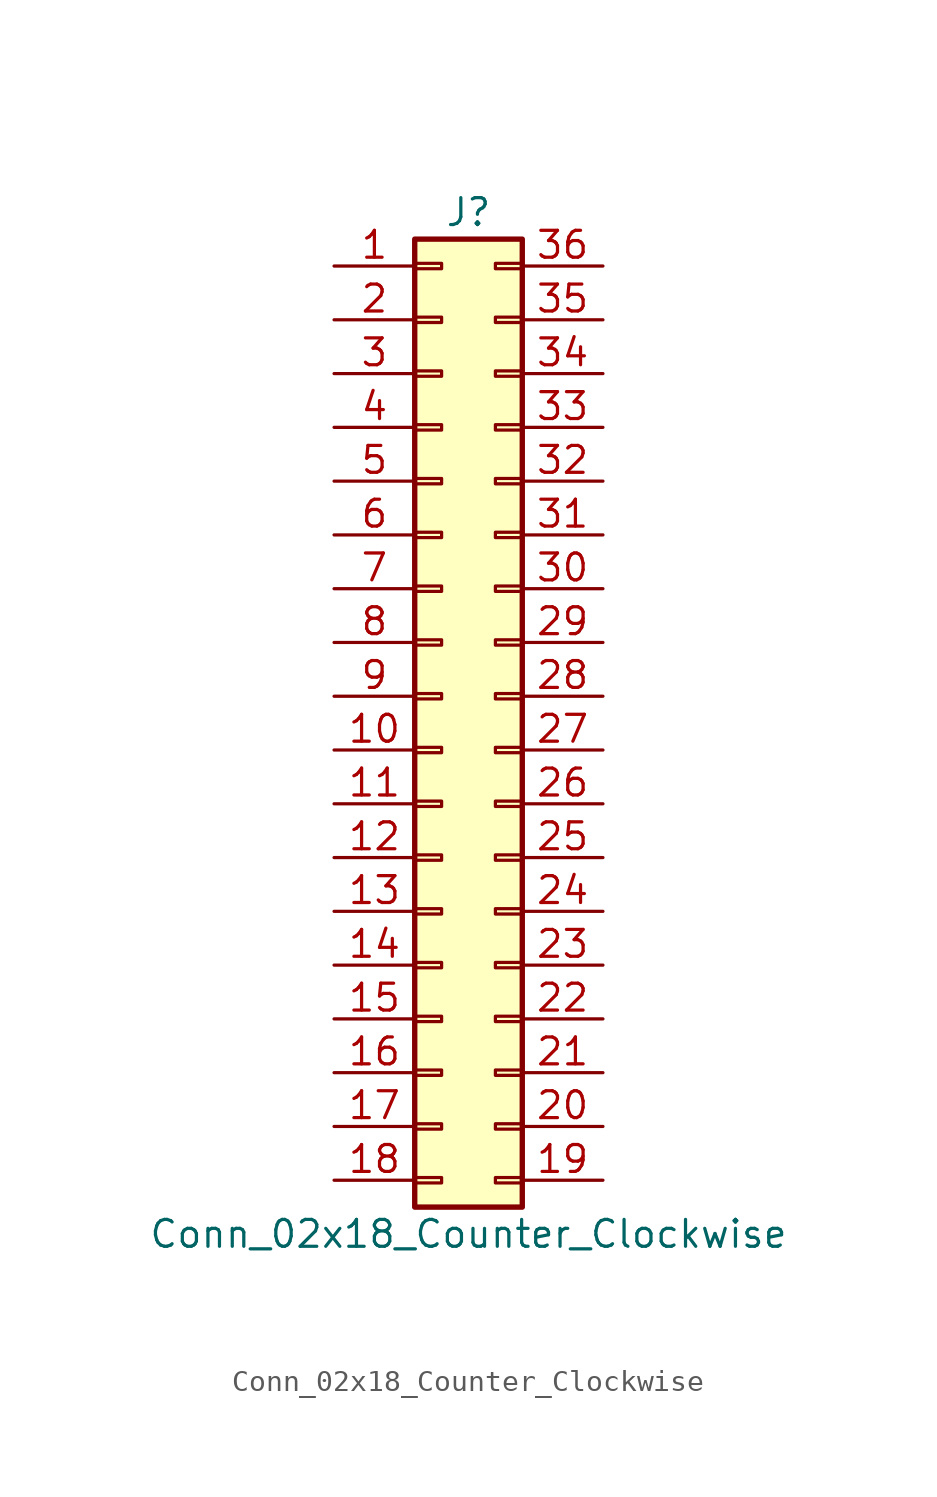
<source format=kicad_sym>
(kicad_symbol_lib
  (version 20220914)
  (generator kicad_symbol_editor)
  (symbol "Conn_02x18_Counter_Clockwise"
    (pin_names
      (offset 1.016) hide)
    (property "Reference" "J"
      (at 1.27 22.86 0)
      (effects (font (size 1.27 1.27))))
    (property "Value" "Conn_02x18_Counter_Clockwise"
      (at 1.27 -25.4 0)
      (effects (font (size 1.27 1.27))))
    (symbol "Conn_02x18_Counter_Clockwise_1_1"
      (rectangle (start -1.27 -22.733) (end 0 -22.987) (stroke (width 0.152) (type default)) (fill (type none)))
      (rectangle (start -1.27 -20.193) (end 0 -20.447) (stroke (width 0.152) (type default)) (fill (type none)))
      (rectangle (start -1.27 -17.653) (end 0 -17.907) (stroke (width 0.152) (type default)) (fill (type none)))
      (rectangle (start -1.27 -15.113) (end 0 -15.367) (stroke (width 0.152) (type default)) (fill (type none)))
      (rectangle (start -1.27 -12.573) (end 0 -12.827) (stroke (width 0.152) (type default)) (fill (type none)))
      (rectangle (start -1.27 -10.033) (end 0 -10.287) (stroke (width 0.152) (type default)) (fill (type none)))
      (rectangle (start -1.27 -7.493) (end 0 -7.747) (stroke (width 0.152) (type default)) (fill (type none)))
      (rectangle (start -1.27 -4.953) (end 0 -5.207) (stroke (width 0.152) (type default)) (fill (type none)))
      (rectangle (start -1.27 -2.413) (end 0 -2.667) (stroke (width 0.152) (type default)) (fill (type none)))
      (rectangle (start -1.27 0.127) (end 0 -0.127) (stroke (width 0.152) (type default)) (fill (type none)))
      (rectangle (start -1.27 2.667) (end 0 2.413) (stroke (width 0.152) (type default)) (fill (type none)))
      (rectangle (start -1.27 5.207) (end 0 4.953) (stroke (width 0.152) (type default)) (fill (type none)))
      (rectangle (start -1.27 7.747) (end 0 7.493) (stroke (width 0.152) (type default)) (fill (type none)))
      (rectangle (start -1.27 10.287) (end 0 10.033) (stroke (width 0.152) (type default)) (fill (type none)))
      (rectangle (start -1.27 12.827) (end 0 12.573) (stroke (width 0.152) (type default)) (fill (type none)))
      (rectangle (start -1.27 15.367) (end 0 15.113) (stroke (width 0.152) (type default)) (fill (type none)))
      (rectangle (start -1.27 17.907) (end 0 17.653) (stroke (width 0.152) (type default)) (fill (type none)))
      (rectangle (start -1.27 20.447) (end 0 20.193) (stroke (width 0.152) (type default)) (fill (type none)))
      (rectangle (start -1.27 21.59) (end 3.81 -24.13) (stroke (width 0.254) (type default)) (fill (type background)))
      (rectangle (start 3.81 -22.733) (end 2.54 -22.987) (stroke (width 0.152) (type default)) (fill (type none)))
      (rectangle (start 3.81 -20.193) (end 2.54 -20.447) (stroke (width 0.152) (type default)) (fill (type none)))
      (rectangle (start 3.81 -17.653) (end 2.54 -17.907) (stroke (width 0.152) (type default)) (fill (type none)))
      (rectangle (start 3.81 -15.113) (end 2.54 -15.367) (stroke (width 0.152) (type default)) (fill (type none)))
      (rectangle (start 3.81 -12.573) (end 2.54 -12.827) (stroke (width 0.152) (type default)) (fill (type none)))
      (rectangle (start 3.81 -10.033) (end 2.54 -10.287) (stroke (width 0.152) (type default)) (fill (type none)))
      (rectangle (start 3.81 -7.493) (end 2.54 -7.747) (stroke (width 0.152) (type default)) (fill (type none)))
      (rectangle (start 3.81 -4.953) (end 2.54 -5.207) (stroke (width 0.152) (type default)) (fill (type none)))
      (rectangle (start 3.81 -2.413) (end 2.54 -2.667) (stroke (width 0.152) (type default)) (fill (type none)))
      (rectangle (start 3.81 0.127) (end 2.54 -0.127) (stroke (width 0.152) (type default)) (fill (type none)))
      (rectangle (start 3.81 2.667) (end 2.54 2.413) (stroke (width 0.152) (type default)) (fill (type none)))
      (rectangle (start 3.81 5.207) (end 2.54 4.953) (stroke (width 0.152) (type default)) (fill (type none)))
      (rectangle (start 3.81 7.747) (end 2.54 7.493) (stroke (width 0.152) (type default)) (fill (type none)))
      (rectangle (start 3.81 10.287) (end 2.54 10.033) (stroke (width 0.152) (type default)) (fill (type none)))
      (rectangle (start 3.81 12.827) (end 2.54 12.573) (stroke (width 0.152) (type default)) (fill (type none)))
      (rectangle (start 3.81 15.367) (end 2.54 15.113) (stroke (width 0.152) (type default)) (fill (type none)))
      (rectangle (start 3.81 17.907) (end 2.54 17.653) (stroke (width 0.152) (type default)) (fill (type none)))
      (rectangle (start 3.81 20.447) (end 2.54 20.193) (stroke (width 0.152) (type default)) (fill (type none)))
      (pin passive line (at -5.08 20.32 0) (length 3.81) (name "Pin_1" (effects (font (size 1.27 1.27)))) (number "1" (effects (font (size 1.27 1.27)))))
      (pin passive line (at -5.08 -2.54 0) (length 3.81) (name "Pin_10" (effects (font (size 1.27 1.27)))) (number "10" (effects (font (size 1.27 1.27)))))
      (pin passive line (at -5.08 -5.08 0) (length 3.81) (name "Pin_11" (effects (font (size 1.27 1.27)))) (number "11" (effects (font (size 1.27 1.27)))))
      (pin passive line (at -5.08 -7.62 0) (length 3.81) (name "Pin_12" (effects (font (size 1.27 1.27)))) (number "12" (effects (font (size 1.27 1.27)))))
      (pin passive line (at -5.08 -10.16 0) (length 3.81) (name "Pin_13" (effects (font (size 1.27 1.27)))) (number "13" (effects (font (size 1.27 1.27)))))
      (pin passive line (at -5.08 -12.7 0) (length 3.81) (name "Pin_14" (effects (font (size 1.27 1.27)))) (number "14" (effects (font (size 1.27 1.27)))))
      (pin passive line (at -5.08 -15.24 0) (length 3.81) (name "Pin_15" (effects (font (size 1.27 1.27)))) (number "15" (effects (font (size 1.27 1.27)))))
      (pin passive line (at -5.08 -17.78 0) (length 3.81) (name "Pin_16" (effects (font (size 1.27 1.27)))) (number "16" (effects (font (size 1.27 1.27)))))
      (pin passive line (at -5.08 -20.32 0) (length 3.81) (name "Pin_17" (effects (font (size 1.27 1.27)))) (number "17" (effects (font (size 1.27 1.27)))))
      (pin passive line (at -5.08 -22.86 0) (length 3.81) (name "Pin_18" (effects (font (size 1.27 1.27)))) (number "18" (effects (font (size 1.27 1.27)))))
      (pin passive line (at 7.62 -22.86 180) (length 3.81) (name "Pin_19" (effects (font (size 1.27 1.27)))) (number "19" (effects (font (size 1.27 1.27)))))
      (pin passive line (at -5.08 17.78 0) (length 3.81) (name "Pin_2" (effects (font (size 1.27 1.27)))) (number "2" (effects (font (size 1.27 1.27)))))
      (pin passive line (at 7.62 -20.32 180) (length 3.81) (name "Pin_20" (effects (font (size 1.27 1.27)))) (number "20" (effects (font (size 1.27 1.27)))))
      (pin passive line (at 7.62 -17.78 180) (length 3.81) (name "Pin_21" (effects (font (size 1.27 1.27)))) (number "21" (effects (font (size 1.27 1.27)))))
      (pin passive line (at 7.62 -15.24 180) (length 3.81) (name "Pin_22" (effects (font (size 1.27 1.27)))) (number "22" (effects (font (size 1.27 1.27)))))
      (pin passive line (at 7.62 -12.7 180) (length 3.81) (name "Pin_23" (effects (font (size 1.27 1.27)))) (number "23" (effects (font (size 1.27 1.27)))))
      (pin passive line (at 7.62 -10.16 180) (length 3.81) (name "Pin_24" (effects (font (size 1.27 1.27)))) (number "24" (effects (font (size 1.27 1.27)))))
      (pin passive line (at 7.62 -7.62 180) (length 3.81) (name "Pin_25" (effects (font (size 1.27 1.27)))) (number "25" (effects (font (size 1.27 1.27)))))
      (pin passive line (at 7.62 -5.08 180) (length 3.81) (name "Pin_26" (effects (font (size 1.27 1.27)))) (number "26" (effects (font (size 1.27 1.27)))))
      (pin passive line (at 7.62 -2.54 180) (length 3.81) (name "Pin_27" (effects (font (size 1.27 1.27)))) (number "27" (effects (font (size 1.27 1.27)))))
      (pin passive line (at 7.62 0 180) (length 3.81) (name "Pin_28" (effects (font (size 1.27 1.27)))) (number "28" (effects (font (size 1.27 1.27)))))
      (pin passive line (at 7.62 2.54 180) (length 3.81) (name "Pin_29" (effects (font (size 1.27 1.27)))) (number "29" (effects (font (size 1.27 1.27)))))
      (pin passive line (at -5.08 15.24 0) (length 3.81) (name "Pin_3" (effects (font (size 1.27 1.27)))) (number "3" (effects (font (size 1.27 1.27)))))
      (pin passive line (at 7.62 5.08 180) (length 3.81) (name "Pin_30" (effects (font (size 1.27 1.27)))) (number "30" (effects (font (size 1.27 1.27)))))
      (pin passive line (at 7.62 7.62 180) (length 3.81) (name "Pin_31" (effects (font (size 1.27 1.27)))) (number "31" (effects (font (size 1.27 1.27)))))
      (pin passive line (at 7.62 10.16 180) (length 3.81) (name "Pin_32" (effects (font (size 1.27 1.27)))) (number "32" (effects (font (size 1.27 1.27)))))
      (pin passive line (at 7.62 12.7 180) (length 3.81) (name "Pin_33" (effects (font (size 1.27 1.27)))) (number "33" (effects (font (size 1.27 1.27)))))
      (pin passive line (at 7.62 15.24 180) (length 3.81) (name "Pin_34" (effects (font (size 1.27 1.27)))) (number "34" (effects (font (size 1.27 1.27)))))
      (pin passive line (at 7.62 17.78 180) (length 3.81) (name "Pin_35" (effects (font (size 1.27 1.27)))) (number "35" (effects (font (size 1.27 1.27)))))
      (pin passive line (at 7.62 20.32 180) (length 3.81) (name "Pin_36" (effects (font (size 1.27 1.27)))) (number "36" (effects (font (size 1.27 1.27)))))
      (pin passive line (at -5.08 12.7 0) (length 3.81) (name "Pin_4" (effects (font (size 1.27 1.27)))) (number "4" (effects (font (size 1.27 1.27)))))
      (pin passive line (at -5.08 10.16 0) (length 3.81) (name "Pin_5" (effects (font (size 1.27 1.27)))) (number "5" (effects (font (size 1.27 1.27)))))
      (pin passive line (at -5.08 7.62 0) (length 3.81) (name "Pin_6" (effects (font (size 1.27 1.27)))) (number "6" (effects (font (size 1.27 1.27)))))
      (pin passive line (at -5.08 5.08 0) (length 3.81) (name "Pin_7" (effects (font (size 1.27 1.27)))) (number "7" (effects (font (size 1.27 1.27)))))
      (pin passive line (at -5.08 2.54 0) (length 3.81) (name "Pin_8" (effects (font (size 1.27 1.27)))) (number "8" (effects (font (size 1.27 1.27)))))
      (pin passive line (at -5.08 0 0) (length 3.81) (name "Pin_9" (effects (font (size 1.27 1.27)))) (number "9" (effects (font (size 1.27 1.27))))))))
</source>
